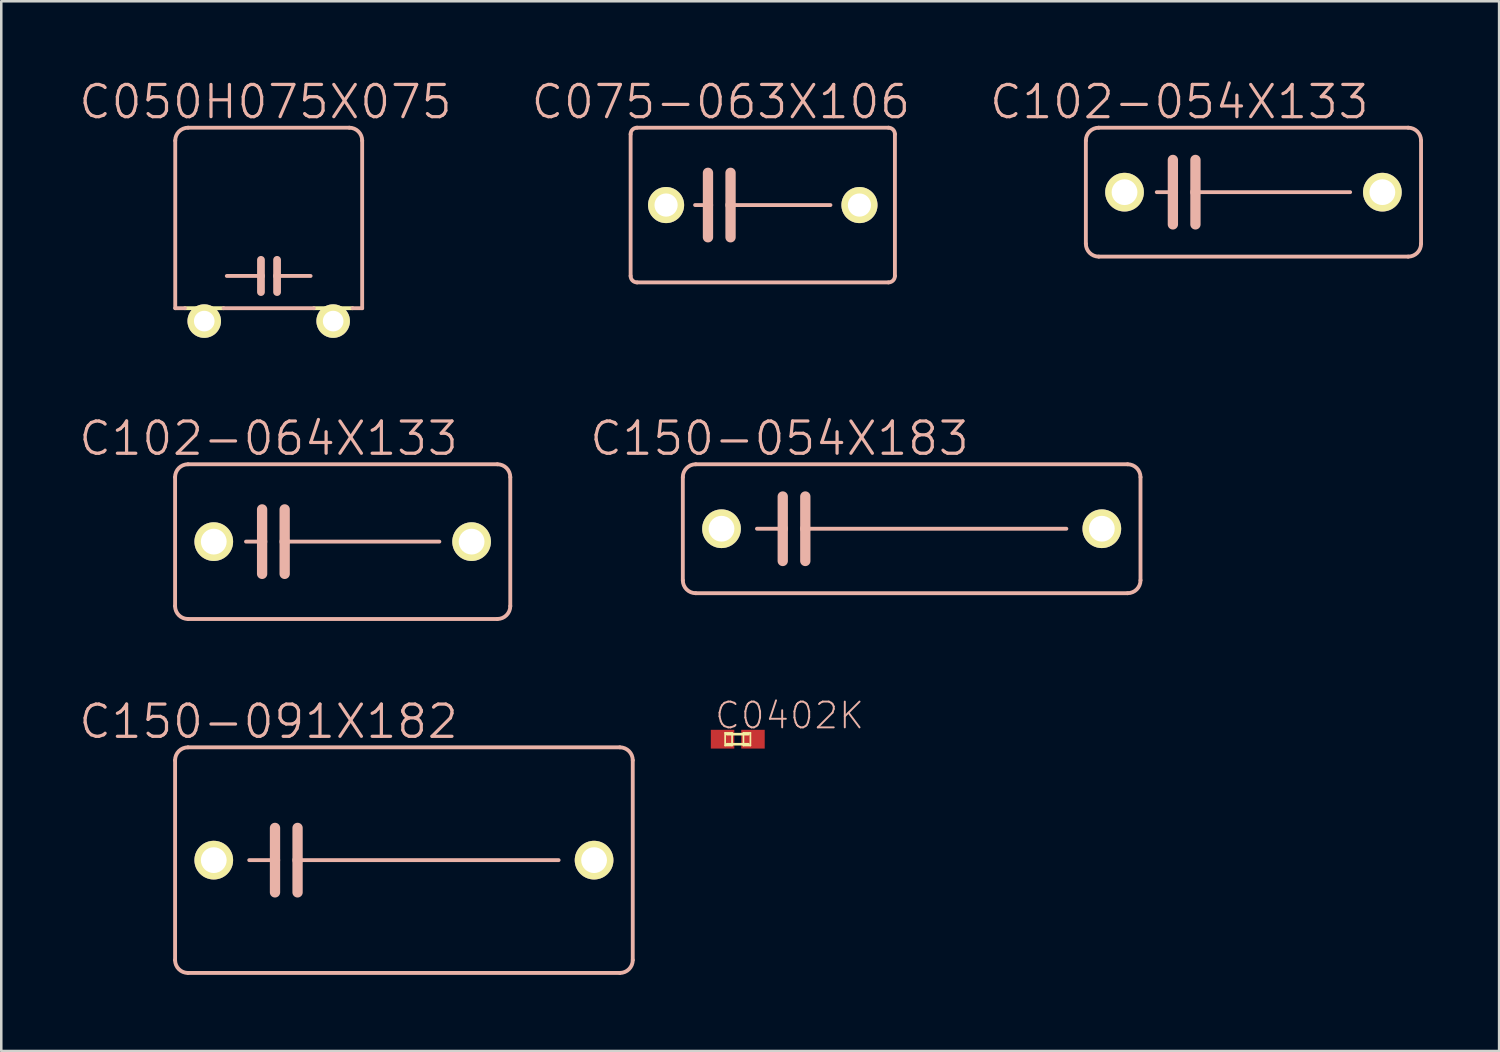
<source format=kicad_pcb>
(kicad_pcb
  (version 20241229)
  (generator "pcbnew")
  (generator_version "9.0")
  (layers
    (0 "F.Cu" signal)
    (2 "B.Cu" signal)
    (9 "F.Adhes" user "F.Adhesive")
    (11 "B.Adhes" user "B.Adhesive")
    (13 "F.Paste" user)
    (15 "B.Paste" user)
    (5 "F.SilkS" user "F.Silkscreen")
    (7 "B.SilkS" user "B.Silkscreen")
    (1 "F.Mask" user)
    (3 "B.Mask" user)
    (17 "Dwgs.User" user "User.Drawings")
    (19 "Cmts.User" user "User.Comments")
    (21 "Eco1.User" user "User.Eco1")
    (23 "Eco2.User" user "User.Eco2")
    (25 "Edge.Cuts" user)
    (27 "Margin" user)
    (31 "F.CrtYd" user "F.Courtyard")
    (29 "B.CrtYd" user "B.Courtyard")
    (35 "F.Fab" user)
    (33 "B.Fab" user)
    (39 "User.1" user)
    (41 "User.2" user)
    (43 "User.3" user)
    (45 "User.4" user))
  (footprint "C150-091X182"
    (layer "F.Cu")
    (at 12.866 30.843)
    (property "Reference" "C150-091X182" (at -5.334 -5.461 0) (layer "B.SilkS") (effects (font (size 1.27 1.27) (thickness 0.127))))
    (attr exclude_from_pos_files exclude_from_bom)
    (fp_line (start -9.017 3.937) (end -9.017 -3.937) (stroke (width 0.152) (type solid)) (layer "B.SilkS"))
    (fp_line (start -8.509 -4.445) (end 8.509 -4.445) (stroke (width 0.152) (type solid)) (layer "B.SilkS"))
    (fp_line (start -5.08 -1.27) (end -5.08 0) (stroke (width 0.406) (type solid)) (layer "B.SilkS"))
    (fp_line (start -5.08 0) (end -6.096 0) (stroke (width 0.152) (type solid)) (layer "B.SilkS"))
    (fp_line (start -5.08 0) (end -5.08 1.27) (stroke (width 0.406) (type solid)) (layer "B.SilkS"))
    (fp_line (start -4.191 -1.27) (end -4.191 0) (stroke (width 0.406) (type solid)) (layer "B.SilkS"))
    (fp_line (start -4.191 0) (end -4.191 1.27) (stroke (width 0.406) (type solid)) (layer "B.SilkS"))
    (fp_line (start -4.191 0) (end 6.096 0) (stroke (width 0.152) (type solid)) (layer "B.SilkS"))
    (fp_line (start 8.509 4.445) (end -8.509 4.445) (stroke (width 0.152) (type solid)) (layer "B.SilkS"))
    (fp_line (start 9.017 -3.937) (end 9.017 3.937) (stroke (width 0.152) (type solid)) (layer "B.SilkS"))
    (fp_arc (start -9.017 -3.937) (mid -8.86821 -4.29621) (end -8.509 -4.445) (stroke (width 0.1524) (type solid)) (layer "B.SilkS"))
    (fp_arc (start -8.509 4.445) (mid -8.86821 4.29621) (end -9.017 3.937) (stroke (width 0.1524) (type solid)) (layer "B.SilkS"))
    (fp_arc (start 8.509 -4.445) (mid 8.86821 -4.29621) (end 9.017 -3.937) (stroke (width 0.1524) (type solid)) (layer "B.SilkS"))
    (fp_arc (start 9.017 3.937) (mid 8.86821 4.29621) (end 8.509 4.445) (stroke (width 0.1524) (type solid)) (layer "B.SilkS"))
    (pad "1" thru_hole circle (at -7.493 0) (size 1.524 1.524) (drill 1.016) (layers "*.Cu" "F.Mask" "F.SilkS" "F.Paste"))
    (pad "2" thru_hole circle (at 7.493 0) (size 1.524 1.524) (drill 1.016) (layers "*.Cu" "F.Mask" "F.SilkS" "F.Paste")))
  (footprint "C102-054X133"
    (layer "F.Cu")
    (at 46.341 4.522)
    (property "Reference" "C102-054X133" (at -2.921 -3.556 0) (layer "B.SilkS") (effects (font (size 1.27 1.27) (thickness 0.127))))
    (attr exclude_from_pos_files exclude_from_bom)
    (fp_line (start -6.604 2.032) (end -6.604 -2.032) (stroke (width 0.152) (type solid)) (layer "B.SilkS"))
    (fp_line (start -6.096 -2.54) (end 6.096 -2.54) (stroke (width 0.152) (type solid)) (layer "B.SilkS"))
    (fp_line (start -3.81 0) (end -3.175 0) (stroke (width 0.152) (type solid)) (layer "B.SilkS"))
    (fp_line (start -3.175 -1.27) (end -3.175 0) (stroke (width 0.406) (type solid)) (layer "B.SilkS"))
    (fp_line (start -3.175 0) (end -3.175 1.27) (stroke (width 0.406) (type solid)) (layer "B.SilkS"))
    (fp_line (start -2.286 -1.27) (end -2.286 0) (stroke (width 0.406) (type solid)) (layer "B.SilkS"))
    (fp_line (start -2.286 0) (end -2.286 1.27) (stroke (width 0.406) (type solid)) (layer "B.SilkS"))
    (fp_line (start 3.81 0) (end -2.286 0) (stroke (width 0.152) (type solid)) (layer "B.SilkS"))
    (fp_line (start 6.096 2.54) (end -6.096 2.54) (stroke (width 0.152) (type solid)) (layer "B.SilkS"))
    (fp_line (start 6.604 -2.032) (end 6.604 2.032) (stroke (width 0.152) (type solid)) (layer "B.SilkS"))
    (fp_arc (start -6.604 -2.032) (mid -6.45521 -2.39121) (end -6.096 -2.54) (stroke (width 0.1524) (type solid)) (layer "B.SilkS"))
    (fp_arc (start -6.096 2.54) (mid -6.45521 2.39121) (end -6.604 2.032) (stroke (width 0.1524) (type solid)) (layer "B.SilkS"))
    (fp_arc (start 6.096 -2.54) (mid 6.45521 -2.39121) (end 6.604 -2.032) (stroke (width 0.1524) (type solid)) (layer "B.SilkS"))
    (fp_arc (start 6.604 2.032) (mid 6.45521 2.39121) (end 6.096 2.54) (stroke (width 0.1524) (type solid)) (layer "B.SilkS"))
    (pad "1" thru_hole circle (at -5.08 0) (size 1.524 1.524) (drill 1.016) (layers "*.Cu" "F.Mask" "F.SilkS" "F.Paste"))
    (pad "2" thru_hole circle (at 5.08 0) (size 1.524 1.524) (drill 1.016) (layers "*.Cu" "F.Mask" "F.SilkS" "F.Paste")))
  (footprint "C050H075X075"
    (layer "F.Cu")
    (at 7.538 9.602)
    (property "Reference" "C050H075X075" (at -0.127 -8.636 0) (layer "B.SilkS") (effects (font (size 1.27 1.27) (thickness 0.127))))
    (attr exclude_from_pos_files exclude_from_bom)
    (fp_line (start -3.302 -0.508) (end -1.778 -0.508) (stroke (width 0.152) (type solid)) (layer "F.SilkS"))
    (fp_line (start -2.794 -0.508) (end -2.286 -0.508) (stroke (width 0.066) (type solid)) (layer "F.SilkS"))
    (fp_line (start -2.794 -0.127) (end -2.794 -0.508) (stroke (width 0.066) (type solid)) (layer "F.SilkS"))
    (fp_line (start -2.794 -0.127) (end -2.286 -0.127) (stroke (width 0.066) (type solid)) (layer "F.SilkS"))
    (fp_line (start -2.54 0) (end -2.54 -0.254) (stroke (width 0.508) (type solid)) (layer "F.SilkS"))
    (fp_line (start -2.286 -0.127) (end -2.286 -0.508) (stroke (width 0.066) (type solid)) (layer "F.SilkS"))
    (fp_line (start 1.778 -0.508) (end 3.302 -0.508) (stroke (width 0.152) (type solid)) (layer "F.SilkS"))
    (fp_line (start 2.286 -0.508) (end 2.794 -0.508) (stroke (width 0.066) (type solid)) (layer "F.SilkS"))
    (fp_line (start 2.286 -0.127) (end 2.286 -0.508) (stroke (width 0.066) (type solid)) (layer "F.SilkS"))
    (fp_line (start 2.286 -0.127) (end 2.794 -0.127) (stroke (width 0.066) (type solid)) (layer "F.SilkS"))
    (fp_line (start 2.54 0) (end 2.54 -0.254) (stroke (width 0.508) (type solid)) (layer "F.SilkS"))
    (fp_line (start 2.794 -0.127) (end 2.794 -0.508) (stroke (width 0.066) (type solid)) (layer "F.SilkS"))
    (fp_line (start -3.683 -7.112) (end -3.683 -0.508) (stroke (width 0.152) (type solid)) (layer "B.SilkS"))
    (fp_line (start -3.683 -0.508) (end -3.302 -0.508) (stroke (width 0.152) (type solid)) (layer "B.SilkS"))
    (fp_line (start -1.778 -0.508) (end 1.778 -0.508) (stroke (width 0.152) (type solid)) (layer "B.SilkS"))
    (fp_line (start -0.305 -2.413) (end -0.305 -1.778) (stroke (width 0.305) (type solid)) (layer "B.SilkS"))
    (fp_line (start -0.305 -1.778) (end -1.651 -1.778) (stroke (width 0.152) (type solid)) (layer "B.SilkS"))
    (fp_line (start -0.305 -1.778) (end -0.305 -1.143) (stroke (width 0.305) (type solid)) (layer "B.SilkS"))
    (fp_line (start 0.33 -2.413) (end 0.33 -1.778) (stroke (width 0.305) (type solid)) (layer "B.SilkS"))
    (fp_line (start 0.33 -1.778) (end 0.33 -1.143) (stroke (width 0.305) (type solid)) (layer "B.SilkS"))
    (fp_line (start 0.33 -1.778) (end 1.651 -1.778) (stroke (width 0.152) (type solid)) (layer "B.SilkS"))
    (fp_line (start 3.175 -7.62) (end -3.175 -7.62) (stroke (width 0.152) (type solid)) (layer "B.SilkS"))
    (fp_line (start 3.302 -0.508) (end 3.683 -0.508) (stroke (width 0.152) (type solid)) (layer "B.SilkS"))
    (fp_line (start 3.683 -0.508) (end 3.683 -7.112) (stroke (width 0.152) (type solid)) (layer "B.SilkS"))
    (fp_arc (start -3.683 -7.112) (mid -3.53421 -7.47121) (end -3.175 -7.62) (stroke (width 0.1524) (type solid)) (layer "B.SilkS"))
    (fp_arc (start 3.175 -7.62) (mid 3.53421 -7.47121) (end 3.683 -7.112) (stroke (width 0.1524) (type solid)) (layer "B.SilkS"))
    (pad "1" thru_hole circle (at -2.54 0) (size 1.321 1.321) (drill 0.813) (layers "*.Cu" "F.Mask" "F.SilkS" "F.Paste"))
    (pad "2" thru_hole circle (at 2.54 0) (size 1.321 1.321) (drill 0.813) (layers "*.Cu" "F.Mask" "F.SilkS" "F.Paste")))
  (footprint "C150-054X183"
    (layer "F.Cu")
    (at 32.873 17.784)
    (property "Reference" "C150-054X183" (at -5.207 -3.556 0) (layer "B.SilkS") (effects (font (size 1.27 1.27) (thickness 0.127))))
    (attr exclude_from_pos_files exclude_from_bom)
    (fp_line (start -9.017 2.032) (end -9.017 -2.032) (stroke (width 0.152) (type solid)) (layer "B.SilkS"))
    (fp_line (start -8.509 -2.54) (end 8.509 -2.54) (stroke (width 0.152) (type solid)) (layer "B.SilkS"))
    (fp_line (start -5.08 -1.27) (end -5.08 0) (stroke (width 0.406) (type solid)) (layer "B.SilkS"))
    (fp_line (start -5.08 0) (end -6.096 0) (stroke (width 0.152) (type solid)) (layer "B.SilkS"))
    (fp_line (start -5.08 0) (end -5.08 1.27) (stroke (width 0.406) (type solid)) (layer "B.SilkS"))
    (fp_line (start -4.191 -1.27) (end -4.191 0) (stroke (width 0.406) (type solid)) (layer "B.SilkS"))
    (fp_line (start -4.191 0) (end -4.191 1.27) (stroke (width 0.406) (type solid)) (layer "B.SilkS"))
    (fp_line (start -4.191 0) (end 6.096 0) (stroke (width 0.152) (type solid)) (layer "B.SilkS"))
    (fp_line (start 8.509 2.54) (end -8.509 2.54) (stroke (width 0.152) (type solid)) (layer "B.SilkS"))
    (fp_line (start 9.017 -2.032) (end 9.017 2.032) (stroke (width 0.152) (type solid)) (layer "B.SilkS"))
    (fp_arc (start -9.017 -2.032) (mid -8.86821 -2.39121) (end -8.509 -2.54) (stroke (width 0.1524) (type solid)) (layer "B.SilkS"))
    (fp_arc (start -8.509 2.54) (mid -8.86821 2.39121) (end -9.017 2.032) (stroke (width 0.1524) (type solid)) (layer "B.SilkS"))
    (fp_arc (start 8.509 -2.54) (mid 8.86821 -2.39121) (end 9.017 -2.032) (stroke (width 0.1524) (type solid)) (layer "B.SilkS"))
    (fp_arc (start 9.017 2.032) (mid 8.86821 2.39121) (end 8.509 2.54) (stroke (width 0.1524) (type solid)) (layer "B.SilkS"))
    (pad "1" thru_hole circle (at -7.493 0) (size 1.524 1.524) (drill 1.016) (layers "*.Cu" "F.Mask" "F.SilkS" "F.Paste"))
    (pad "2" thru_hole circle (at 7.493 0) (size 1.524 1.524) (drill 1.016) (layers "*.Cu" "F.Mask" "F.SilkS" "F.Paste")))
  (footprint "C0402K"
    (layer "F.Cu")
    (at 26.021 26.077)
    (property "Reference" "C0402K" (at 2.04 -0.932 0) (layer "B.SilkS") (effects (font (size 1.016 1.016) (thickness 0.076))))
    (attr smd)
    (fp_line (start -0.498 -0.249) (end -0.224 -0.249) (stroke (width 0.066) (type solid)) (layer "F.SilkS"))
    (fp_line (start -0.498 0.249) (end -0.498 -0.249) (stroke (width 0.066) (type solid)) (layer "F.SilkS"))
    (fp_line (start -0.498 0.249) (end -0.224 0.249) (stroke (width 0.066) (type solid)) (layer "F.SilkS"))
    (fp_line (start -0.424 -0.198) (end 0.424 -0.198) (stroke (width 0.102) (type solid)) (layer "F.SilkS"))
    (fp_line (start -0.224 0.249) (end -0.224 -0.249) (stroke (width 0.066) (type solid)) (layer "F.SilkS"))
    (fp_line (start 0.224 -0.249) (end 0.498 -0.249) (stroke (width 0.066) (type solid)) (layer "F.SilkS"))
    (fp_line (start 0.224 0.249) (end 0.224 -0.249) (stroke (width 0.066) (type solid)) (layer "F.SilkS"))
    (fp_line (start 0.224 0.249) (end 0.498 0.249) (stroke (width 0.066) (type solid)) (layer "F.SilkS"))
    (fp_line (start 0.424 0.198) (end -0.424 0.198) (stroke (width 0.102) (type solid)) (layer "F.SilkS"))
    (fp_line (start 0.498 0.249) (end 0.498 -0.249) (stroke (width 0.066) (type solid)) (layer "F.SilkS"))
    (pad "1" smd rect (at -0.599 0) (size 0.925 0.739) (layers "F.Cu" "F.Mask" "F.Paste"))
    (pad "2" smd rect (at 0.599 0) (size 0.925 0.739) (layers "F.Cu" "F.Mask" "F.Paste")))
  (footprint "C075-063X106"
    (layer "F.Cu")
    (at 27.006 5.03)
    (property "Reference" "C075-063X106" (at -1.651 -4.064 0) (layer "B.SilkS") (effects (font (size 1.27 1.27) (thickness 0.127))))
    (attr exclude_from_pos_files exclude_from_bom)
    (fp_line (start -5.207 -2.794) (end -5.207 2.794) (stroke (width 0.152) (type solid)) (layer "B.SilkS"))
    (fp_line (start -4.953 3.048) (end 4.953 3.048) (stroke (width 0.152) (type solid)) (layer "B.SilkS"))
    (fp_line (start -2.667 0) (end -2.159 0) (stroke (width 0.152) (type solid)) (layer "B.SilkS"))
    (fp_line (start -2.159 -1.27) (end -2.159 0) (stroke (width 0.406) (type solid)) (layer "B.SilkS"))
    (fp_line (start -2.159 0) (end -2.159 1.27) (stroke (width 0.406) (type solid)) (layer "B.SilkS"))
    (fp_line (start -1.27 -1.27) (end -1.27 0) (stroke (width 0.406) (type solid)) (layer "B.SilkS"))
    (fp_line (start -1.27 0) (end -1.27 1.27) (stroke (width 0.406) (type solid)) (layer "B.SilkS"))
    (fp_line (start -1.27 0) (end 2.667 0) (stroke (width 0.152) (type solid)) (layer "B.SilkS"))
    (fp_line (start 4.953 -3.048) (end -4.953 -3.048) (stroke (width 0.152) (type solid)) (layer "B.SilkS"))
    (fp_line (start 5.207 2.794) (end 5.207 -2.794) (stroke (width 0.152) (type solid)) (layer "B.SilkS"))
    (fp_arc (start -5.207 -2.794) (mid -5.132605 -2.973605) (end -4.953 -3.048) (stroke (width 0.1524) (type solid)) (layer "B.SilkS"))
    (fp_arc (start -4.953 3.048) (mid -5.132605 2.973605) (end -5.207 2.794) (stroke (width 0.1524) (type solid)) (layer "B.SilkS"))
    (fp_arc (start 4.953 -3.048) (mid 5.132605 -2.973605) (end 5.207 -2.794) (stroke (width 0.1524) (type solid)) (layer "B.SilkS"))
    (fp_arc (start 5.207 2.794) (mid 5.132605 2.973605) (end 4.953 3.048) (stroke (width 0.1524) (type solid)) (layer "B.SilkS"))
    (pad "1" thru_hole circle (at -3.81 0) (size 1.422 1.422) (drill 0.914) (layers "*.Cu" "F.Mask" "F.SilkS" "F.Paste"))
    (pad "2" thru_hole circle (at 3.81 0) (size 1.422 1.422) (drill 0.914) (layers "*.Cu" "F.Mask" "F.SilkS" "F.Paste")))
  (footprint "C102-064X133"
    (layer "F.Cu")
    (at 10.453 18.292)
    (property "Reference" "C102-064X133" (at -2.921 -4.064 0) (layer "B.SilkS") (effects (font (size 1.27 1.27) (thickness 0.127))))
    (attr exclude_from_pos_files exclude_from_bom)
    (fp_line (start -6.604 2.54) (end -6.604 -2.54) (stroke (width 0.152) (type solid)) (layer "B.SilkS"))
    (fp_line (start -6.096 -3.048) (end 6.096 -3.048) (stroke (width 0.152) (type solid)) (layer "B.SilkS"))
    (fp_line (start -3.81 0) (end -3.175 0) (stroke (width 0.152) (type solid)) (layer "B.SilkS"))
    (fp_line (start -3.175 -1.27) (end -3.175 0) (stroke (width 0.406) (type solid)) (layer "B.SilkS"))
    (fp_line (start -3.175 0) (end -3.175 1.27) (stroke (width 0.406) (type solid)) (layer "B.SilkS"))
    (fp_line (start -2.286 -1.27) (end -2.286 0) (stroke (width 0.406) (type solid)) (layer "B.SilkS"))
    (fp_line (start -2.286 0) (end -2.286 1.27) (stroke (width 0.406) (type solid)) (layer "B.SilkS"))
    (fp_line (start 3.81 0) (end -2.286 0) (stroke (width 0.152) (type solid)) (layer "B.SilkS"))
    (fp_line (start 6.096 3.048) (end -6.096 3.048) (stroke (width 0.152) (type solid)) (layer "B.SilkS"))
    (fp_line (start 6.604 -2.54) (end 6.604 2.54) (stroke (width 0.152) (type solid)) (layer "B.SilkS"))
    (fp_arc (start -6.604 -2.54) (mid -6.45521 -2.89921) (end -6.096 -3.048) (stroke (width 0.1524) (type solid)) (layer "B.SilkS"))
    (fp_arc (start -6.096 3.048) (mid -6.45521 2.89921) (end -6.604 2.54) (stroke (width 0.1524) (type solid)) (layer "B.SilkS"))
    (fp_arc (start 6.096 -3.048) (mid 6.45521 -2.89921) (end 6.604 -2.54) (stroke (width 0.1524) (type solid)) (layer "B.SilkS"))
    (fp_arc (start 6.604 2.54) (mid 6.45521 2.89921) (end 6.096 3.048) (stroke (width 0.1524) (type solid)) (layer "B.SilkS"))
    (pad "1" thru_hole circle (at -5.08 0) (size 1.524 1.524) (drill 1.016) (layers "*.Cu" "F.Mask" "F.SilkS" "F.Paste"))
    (pad "2" thru_hole circle (at 5.08 0) (size 1.524 1.524) (drill 1.016) (layers "*.Cu" "F.Mask" "F.SilkS" "F.Paste")))
  (gr_rect
    (start -3 -3)
    (end 56.021 38.364)
    (stroke (width 0.1) (type default))
    (fill no)
    (layer "Edge.Cuts")))
</source>
